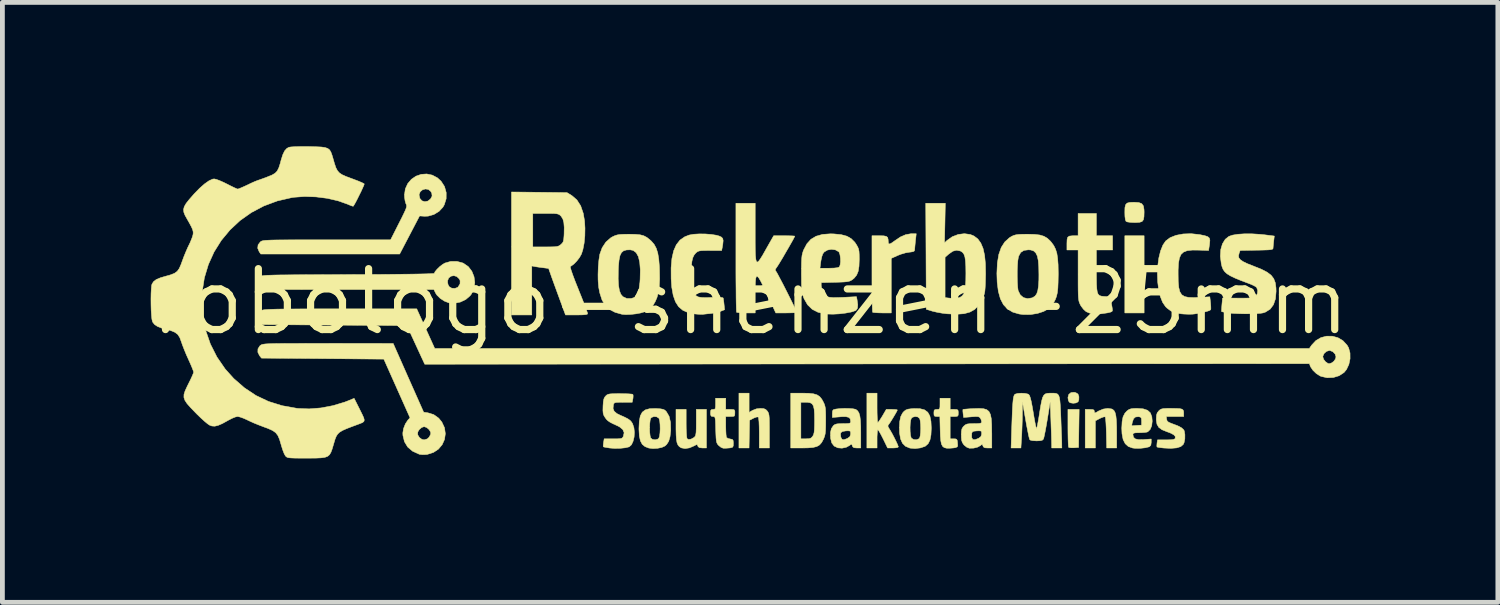
<source format=kicad_pcb>
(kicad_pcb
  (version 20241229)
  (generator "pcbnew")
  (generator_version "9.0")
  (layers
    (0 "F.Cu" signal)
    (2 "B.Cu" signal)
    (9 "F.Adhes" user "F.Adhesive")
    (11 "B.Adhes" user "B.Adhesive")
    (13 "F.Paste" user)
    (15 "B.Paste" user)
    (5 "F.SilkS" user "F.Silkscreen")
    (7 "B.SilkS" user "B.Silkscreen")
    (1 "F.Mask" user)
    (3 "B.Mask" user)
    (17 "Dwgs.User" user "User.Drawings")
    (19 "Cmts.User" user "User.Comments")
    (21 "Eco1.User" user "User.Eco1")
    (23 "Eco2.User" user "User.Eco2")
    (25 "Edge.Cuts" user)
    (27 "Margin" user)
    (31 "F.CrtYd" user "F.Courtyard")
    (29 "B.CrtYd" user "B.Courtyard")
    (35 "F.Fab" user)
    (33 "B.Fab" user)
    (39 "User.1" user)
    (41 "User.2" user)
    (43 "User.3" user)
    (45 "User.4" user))
  (footprint "robologo-shenzen-25mm"
    (layer "F.Cu")
    (at 12.586 3.24)
    (property "Reference" "robologo-shenzen-25mm" (at 0 0 0) (layer "F.SilkS") (effects (font (size 1.27 1.27) (thickness 0.15))))
    (attr through_hole)
    (fp_poly (pts (xy 8.213 0.233) (xy 7.811 0.233) (xy 7.811 -1.376) (xy 8.213 -1.376) (xy 8.213 0.233)) (stroke (width 0.01) (type solid)) (fill yes) (layer "F.SilkS"))
    (fp_poly (pts (xy 6.853 2.641) (xy 6.847 3.037) (xy 6.751 3.044) (xy 6.69 3.044) (xy 6.649 3.039) (xy 6.64 3.035) (xy 6.635 3.01) (xy 6.631 2.949) (xy 6.628 2.861) (xy 6.626 2.75) (xy 6.625 2.632) (xy 6.625 2.244) (xy 6.859 2.244) (xy 6.853 2.641)) (stroke (width 0.01) (type solid)) (fill yes) (layer "F.SilkS"))
    (fp_poly (pts (xy 6.79 1.896) (xy 6.834 1.923) (xy 6.852 1.971) (xy 6.854 1.986) (xy 6.852 2.044) (xy 6.836 2.086) (xy 6.836 2.086) (xy 6.794 2.109) (xy 6.735 2.116) (xy 6.677 2.107) (xy 6.651 2.091) (xy 6.633 2.054) (xy 6.625 1.998) (xy 6.625 1.996) (xy 6.642 1.932) (xy 6.688 1.894) (xy 6.754 1.887) (xy 6.79 1.896)) (stroke (width 0.01) (type solid)) (fill yes) (layer "F.SilkS"))
    (fp_poly (pts (xy 8.101 -2.068) (xy 8.163 -2.045) (xy 8.198 -1.998) (xy 8.211 -1.92) (xy 8.213 -1.871) (xy 8.21 -1.772) (xy 8.198 -1.709) (xy 8.169 -1.672) (xy 8.117 -1.656) (xy 8.036 -1.651) (xy 8.015 -1.651) (xy 7.928 -1.655) (xy 7.864 -1.664) (xy 7.836 -1.676) (xy 7.822 -1.712) (xy 7.813 -1.781) (xy 7.811 -1.866) (xy 7.813 -1.961) (xy 7.827 -2.022) (xy 7.858 -2.056) (xy 7.915 -2.071) (xy 8.004 -2.074) (xy 8.005 -2.074) (xy 8.101 -2.068)) (stroke (width 0.01) (type solid)) (fill yes) (layer "F.SilkS"))
    (fp_poly (pts (xy -0.021 2.307) (xy 0.048 2.265) (xy 0.133 2.232) (xy 0.215 2.223) (xy 0.283 2.227) (xy 0.327 2.246) (xy 0.358 2.278) (xy 0.374 2.302) (xy 0.386 2.33) (xy 0.394 2.369) (xy 0.399 2.426) (xy 0.401 2.508) (xy 0.402 2.622) (xy 0.402 2.691) (xy 0.402 3.048) (xy 0.191 3.048) (xy 0.191 2.732) (xy 0.189 2.602) (xy 0.185 2.501) (xy 0.178 2.433) (xy 0.17 2.403) (xy 0.169 2.402) (xy 0.138 2.402) (xy 0.087 2.42) (xy 0.068 2.429) (xy -0.011 2.47) (xy -0.022 3.048) (xy -0.233 3.048) (xy -0.233 1.905) (xy -0.021 1.905) (xy -0.021 2.307)) (stroke (width 0.01) (type solid)) (fill yes) (layer "F.SilkS"))
    (fp_poly (pts (xy 7.539 2.235) (xy 7.556 2.243) (xy 7.586 2.269) (xy 7.609 2.313) (xy 7.625 2.38) (xy 7.635 2.476) (xy 7.64 2.605) (xy 7.641 2.723) (xy 7.641 3.048) (xy 7.433 3.048) (xy 7.426 2.732) (xy 7.422 2.62) (xy 7.417 2.524) (xy 7.411 2.45) (xy 7.405 2.407) (xy 7.402 2.399) (xy 7.375 2.399) (xy 7.325 2.416) (xy 7.291 2.432) (xy 7.197 2.482) (xy 7.197 3.048) (xy 6.985 3.048) (xy 6.985 2.244) (xy 7.08 2.244) (xy 7.14 2.246) (xy 7.168 2.258) (xy 7.175 2.283) (xy 7.176 2.287) (xy 7.178 2.311) (xy 7.19 2.317) (xy 7.223 2.302) (xy 7.267 2.276) (xy 7.361 2.237) (xy 7.456 2.223) (xy 7.539 2.235)) (stroke (width 0.01) (type solid)) (fill yes) (layer "F.SilkS"))
    (fp_poly (pts (xy -1.333 2.535) (xy -1.332 2.643) (xy -1.328 2.738) (xy -1.323 2.81) (xy -1.316 2.85) (xy -1.315 2.854) (xy -1.282 2.871) (xy -1.23 2.863) (xy -1.173 2.832) (xy -1.159 2.82) (xy -1.143 2.801) (xy -1.133 2.77) (xy -1.126 2.721) (xy -1.123 2.646) (xy -1.122 2.537) (xy -1.122 2.516) (xy -1.122 2.244) (xy -0.91 2.244) (xy -0.91 3.048) (xy -0.993 3.048) (xy -1.053 3.042) (xy -1.083 3.022) (xy -1.09 3.007) (xy -1.1 2.981) (xy -1.118 2.978) (xy -1.155 2.997) (xy -1.17 3.005) (xy -1.265 3.046) (xy -1.356 3.06) (xy -1.433 3.046) (xy -1.439 3.043) (xy -1.476 3.019) (xy -1.503 2.987) (xy -1.523 2.941) (xy -1.535 2.875) (xy -1.542 2.782) (xy -1.545 2.656) (xy -1.545 2.577) (xy -1.545 2.244) (xy -1.333 2.244) (xy -1.333 2.535)) (stroke (width 0.01) (type solid)) (fill yes) (layer "F.SilkS"))
    (fp_poly (pts (xy 3.447 -1.275) (xy 3.439 -1.195) (xy 3.433 -1.127) (xy 3.43 -1.087) (xy 3.424 -1.06) (xy 3.399 -1.045) (xy 3.347 -1.036) (xy 3.318 -1.033) (xy 3.237 -1.019) (xy 3.143 -0.991) (xy 3.074 -0.964) (xy 2.942 -0.904) (xy 2.942 0.233) (xy 2.755 0.233) (xy 2.67 0.231) (xy 2.602 0.227) (xy 2.561 0.222) (xy 2.554 0.219) (xy 2.551 0.195) (xy 2.548 0.134) (xy 2.545 0.04) (xy 2.543 -0.082) (xy 2.542 -0.228) (xy 2.54 -0.392) (xy 2.54 -0.57) (xy 2.54 -0.586) (xy 2.54 -1.376) (xy 2.696 -1.376) (xy 2.785 -1.374) (xy 2.839 -1.363) (xy 2.867 -1.34) (xy 2.877 -1.298) (xy 2.879 -1.261) (xy 2.883 -1.219) (xy 2.9 -1.204) (xy 2.936 -1.216) (xy 2.996 -1.257) (xy 3.014 -1.27) (xy 3.134 -1.351) (xy 3.242 -1.398) (xy 3.346 -1.417) (xy 3.371 -1.418) (xy 3.463 -1.418) (xy 3.447 -1.275)) (stroke (width 0.01) (type solid)) (fill yes) (layer "F.SilkS"))
    (fp_poly (pts (xy 4.17 2.244) (xy 4.255 2.244) (xy 4.309 2.246) (xy 4.333 2.26) (xy 4.339 2.296) (xy 4.339 2.318) (xy 4.337 2.365) (xy 4.321 2.386) (xy 4.279 2.392) (xy 4.255 2.392) (xy 4.17 2.392) (xy 4.17 2.857) (xy 4.244 2.857) (xy 4.284 2.859) (xy 4.307 2.868) (xy 4.319 2.896) (xy 4.324 2.951) (xy 4.327 3) (xy 4.318 3.025) (xy 4.281 3.041) (xy 4.233 3.048) (xy 4.164 3.053) (xy 4.106 3.053) (xy 4.093 3.052) (xy 4.047 3.04) (xy 4.014 3.015) (xy 3.99 2.97) (xy 3.975 2.901) (xy 3.966 2.8) (xy 3.962 2.675) (xy 3.955 2.392) (xy 3.893 2.392) (xy 3.851 2.388) (xy 3.834 2.366) (xy 3.831 2.318) (xy 3.835 2.268) (xy 3.853 2.248) (xy 3.895 2.244) (xy 3.931 2.242) (xy 3.95 2.229) (xy 3.957 2.195) (xy 3.958 2.129) (xy 3.958 2.127) (xy 3.958 2.011) (xy 4.17 2.011) (xy 4.17 2.244)) (stroke (width 0.01) (type solid)) (fill yes) (layer "F.SilkS"))
    (fp_poly (pts (xy 1.085 1.905) (xy 1.22 1.908) (xy 1.321 1.919) (xy 1.395 1.941) (xy 1.45 1.977) (xy 1.494 2.031) (xy 1.524 2.085) (xy 1.546 2.131) (xy 1.56 2.175) (xy 1.57 2.226) (xy 1.574 2.293) (xy 1.576 2.386) (xy 1.576 2.477) (xy 1.575 2.598) (xy 1.572 2.687) (xy 1.565 2.752) (xy 1.553 2.803) (xy 1.535 2.85) (xy 1.53 2.862) (xy 1.492 2.933) (xy 1.448 2.984) (xy 1.391 3.017) (xy 1.312 3.037) (xy 1.205 3.046) (xy 1.095 3.048) (xy 0.847 3.048) (xy 0.847 2.095) (xy 1.058 2.095) (xy 1.058 2.857) (xy 1.164 2.857) (xy 1.231 2.854) (xy 1.271 2.84) (xy 1.301 2.809) (xy 1.307 2.8) (xy 1.323 2.768) (xy 1.334 2.725) (xy 1.34 2.663) (xy 1.343 2.573) (xy 1.344 2.477) (xy 1.342 2.34) (xy 1.335 2.24) (xy 1.319 2.171) (xy 1.292 2.128) (xy 1.252 2.105) (xy 1.196 2.096) (xy 1.164 2.095) (xy 1.058 2.095) (xy 0.847 2.095) (xy 0.847 1.905) (xy 1.085 1.905)) (stroke (width 0.01) (type solid)) (fill yes) (layer "F.SilkS"))
    (fp_poly (pts (xy 2.646 2.212) (xy 2.647 2.32) (xy 2.65 2.412) (xy 2.654 2.479) (xy 2.659 2.515) (xy 2.662 2.518) (xy 2.679 2.501) (xy 2.711 2.456) (xy 2.751 2.393) (xy 2.758 2.381) (xy 2.838 2.244) (xy 2.954 2.244) (xy 3.017 2.246) (xy 3.059 2.251) (xy 3.069 2.256) (xy 3.059 2.281) (xy 3.031 2.331) (xy 2.994 2.394) (xy 2.953 2.461) (xy 2.915 2.521) (xy 2.886 2.562) (xy 2.876 2.574) (xy 2.873 2.597) (xy 2.893 2.637) (xy 2.897 2.642) (xy 2.926 2.689) (xy 2.964 2.756) (xy 3.004 2.833) (xy 3.042 2.909) (xy 3.072 2.974) (xy 3.088 3.017) (xy 3.09 3.026) (xy 3.071 3.039) (xy 3.022 3.046) (xy 2.978 3.048) (xy 2.866 3.048) (xy 2.773 2.857) (xy 2.732 2.777) (xy 2.697 2.714) (xy 2.671 2.675) (xy 2.663 2.667) (xy 2.655 2.687) (xy 2.65 2.739) (xy 2.646 2.815) (xy 2.646 2.857) (xy 2.646 3.048) (xy 2.434 3.048) (xy 2.434 1.905) (xy 2.646 1.905) (xy 2.646 2.212)) (stroke (width 0.01) (type solid)) (fill yes) (layer "F.SilkS"))
    (fp_poly (pts (xy 7.218 -1.376) (xy 7.556 -1.376) (xy 7.556 -1.079) (xy 7.218 -1.079) (xy 7.218 -0.651) (xy 7.219 -0.487) (xy 7.221 -0.361) (xy 7.227 -0.268) (xy 7.237 -0.201) (xy 7.254 -0.158) (xy 7.28 -0.132) (xy 7.315 -0.118) (xy 7.361 -0.112) (xy 7.391 -0.11) (xy 7.511 -0.104) (xy 7.524 -0.015) (xy 7.536 0.06) (xy 7.548 0.131) (xy 7.549 0.141) (xy 7.554 0.18) (xy 7.543 0.203) (xy 7.51 0.217) (xy 7.452 0.231) (xy 7.31 0.252) (xy 7.182 0.254) (xy 7.074 0.236) (xy 7.004 0.206) (xy 6.95 0.157) (xy 6.899 0.09) (xy 6.884 0.064) (xy 6.87 0.033) (xy 6.858 0.002) (xy 6.85 -0.036) (xy 6.844 -0.085) (xy 6.84 -0.152) (xy 6.838 -0.242) (xy 6.837 -0.362) (xy 6.837 -0.517) (xy 6.837 -0.555) (xy 6.837 -1.079) (xy 6.604 -1.079) (xy 6.604 -1.215) (xy 6.607 -1.296) (xy 6.62 -1.344) (xy 6.653 -1.368) (xy 6.713 -1.375) (xy 6.754 -1.376) (xy 6.837 -1.376) (xy 6.837 -1.841) (xy 7.218 -1.841) (xy 7.218 -1.376)) (stroke (width 0.01) (type solid)) (fill yes) (layer "F.SilkS"))
    (fp_poly (pts (xy 3.541 2.229) (xy 3.635 2.253) (xy 3.703 2.303) (xy 3.747 2.382) (xy 3.77 2.494) (xy 3.777 2.635) (xy 3.77 2.776) (xy 3.749 2.882) (xy 3.712 2.957) (xy 3.657 3.007) (xy 3.643 3.015) (xy 3.548 3.047) (xy 3.438 3.06) (xy 3.335 3.051) (xy 3.327 3.049) (xy 3.24 3.013) (xy 3.177 2.951) (xy 3.136 2.859) (xy 3.115 2.735) (xy 3.112 2.635) (xy 3.112 2.621) (xy 3.334 2.621) (xy 3.336 2.708) (xy 3.344 2.784) (xy 3.357 2.835) (xy 3.363 2.844) (xy 3.409 2.872) (xy 3.466 2.877) (xy 3.516 2.858) (xy 3.534 2.838) (xy 3.545 2.797) (xy 3.553 2.728) (xy 3.556 2.645) (xy 3.556 2.635) (xy 3.553 2.551) (xy 3.546 2.48) (xy 3.535 2.436) (xy 3.534 2.433) (xy 3.496 2.401) (xy 3.441 2.392) (xy 3.387 2.407) (xy 3.364 2.425) (xy 3.348 2.466) (xy 3.338 2.536) (xy 3.334 2.621) (xy 3.112 2.621) (xy 3.118 2.499) (xy 3.139 2.396) (xy 3.177 2.321) (xy 3.208 2.285) (xy 3.246 2.256) (xy 3.292 2.239) (xy 3.36 2.23) (xy 3.417 2.226) (xy 3.541 2.229)) (stroke (width 0.01) (type solid)) (fill yes) (layer "F.SilkS"))
    (fp_poly (pts (xy 8.881 2.224) (xy 8.957 2.228) (xy 9.003 2.239) (xy 9.027 2.259) (xy 9.037 2.289) (xy 9.038 2.32) (xy 9.038 2.392) (xy 8.676 2.392) (xy 8.682 2.448) (xy 8.693 2.485) (xy 8.723 2.511) (xy 8.782 2.536) (xy 8.796 2.541) (xy 8.913 2.585) (xy 8.992 2.627) (xy 9.038 2.669) (xy 9.05 2.693) (xy 9.063 2.77) (xy 9.062 2.858) (xy 9.046 2.937) (xy 9.029 2.974) (xy 8.977 3.019) (xy 8.891 3.046) (xy 8.77 3.056) (xy 8.622 3.049) (xy 8.552 3.041) (xy 8.501 3.033) (xy 8.481 3.027) (xy 8.478 3.001) (xy 8.482 2.952) (xy 8.482 2.947) (xy 8.493 2.879) (xy 8.671 2.879) (xy 8.763 2.877) (xy 8.821 2.871) (xy 8.851 2.859) (xy 8.861 2.847) (xy 8.862 2.808) (xy 8.83 2.772) (xy 8.761 2.736) (xy 8.688 2.709) (xy 8.585 2.667) (xy 8.518 2.618) (xy 8.481 2.554) (xy 8.467 2.468) (xy 8.467 2.441) (xy 8.471 2.366) (xy 8.486 2.316) (xy 8.519 2.274) (xy 8.546 2.25) (xy 8.577 2.235) (xy 8.622 2.226) (xy 8.689 2.223) (xy 8.771 2.223) (xy 8.881 2.224)) (stroke (width 0.01) (type solid)) (fill yes) (layer "F.SilkS"))
    (fp_poly (pts (xy -1.953 2.226) (xy -1.869 2.232) (xy -1.815 2.242) (xy -1.778 2.259) (xy -1.748 2.288) (xy -1.745 2.292) (xy -1.689 2.387) (xy -1.659 2.514) (xy -1.655 2.673) (xy -1.655 2.688) (xy -1.67 2.815) (xy -1.697 2.908) (xy -1.741 2.976) (xy -1.778 3.008) (xy -1.842 3.037) (xy -1.93 3.055) (xy -2.026 3.06) (xy -2.11 3.05) (xy -2.111 3.05) (xy -2.191 3.019) (xy -2.249 2.971) (xy -2.287 2.899) (xy -2.309 2.798) (xy -2.317 2.662) (xy -2.317 2.635) (xy -2.095 2.635) (xy -2.093 2.719) (xy -2.085 2.79) (xy -2.075 2.835) (xy -2.074 2.838) (xy -2.036 2.869) (xy -1.98 2.878) (xy -1.926 2.864) (xy -1.903 2.845) (xy -1.888 2.804) (xy -1.879 2.735) (xy -1.875 2.65) (xy -1.877 2.563) (xy -1.884 2.487) (xy -1.898 2.435) (xy -1.903 2.426) (xy -1.949 2.398) (xy -2.006 2.393) (xy -2.056 2.412) (xy -2.074 2.433) (xy -2.084 2.473) (xy -2.092 2.542) (xy -2.095 2.625) (xy -2.095 2.635) (xy -2.317 2.635) (xy -2.31 2.489) (xy -2.289 2.379) (xy -2.248 2.302) (xy -2.184 2.254) (xy -2.094 2.229) (xy -1.974 2.225) (xy -1.953 2.226)) (stroke (width 0.01) (type solid)) (fill yes) (layer "F.SilkS"))
    (fp_poly (pts (xy -0.508 2.244) (xy -0.413 2.244) (xy -0.354 2.245) (xy -0.327 2.256) (xy -0.318 2.285) (xy -0.318 2.318) (xy -0.32 2.363) (xy -0.333 2.385) (xy -0.37 2.391) (xy -0.413 2.392) (xy -0.508 2.392) (xy -0.508 2.598) (xy -0.506 2.689) (xy -0.502 2.765) (xy -0.496 2.816) (xy -0.492 2.829) (xy -0.461 2.849) (xy -0.413 2.861) (xy -0.372 2.869) (xy -0.354 2.891) (xy -0.349 2.94) (xy -0.349 2.953) (xy -0.352 3.007) (xy -0.367 3.033) (xy -0.408 3.045) (xy -0.434 3.048) (xy -0.501 3.053) (xy -0.556 3.053) (xy -0.564 3.052) (xy -0.609 3.033) (xy -0.657 2.994) (xy -0.659 2.992) (xy -0.68 2.967) (xy -0.694 2.939) (xy -0.704 2.898) (xy -0.71 2.838) (xy -0.714 2.749) (xy -0.717 2.665) (xy -0.72 2.554) (xy -0.723 2.477) (xy -0.729 2.43) (xy -0.737 2.404) (xy -0.751 2.394) (xy -0.77 2.392) (xy -0.775 2.392) (xy -0.809 2.386) (xy -0.823 2.36) (xy -0.826 2.318) (xy -0.822 2.268) (xy -0.804 2.247) (xy -0.773 2.244) (xy -0.742 2.241) (xy -0.726 2.225) (xy -0.721 2.185) (xy -0.72 2.127) (xy -0.72 2.011) (xy -0.508 2.011) (xy -0.508 2.244)) (stroke (width 0.01) (type solid)) (fill yes) (layer "F.SilkS"))
    (fp_poly (pts (xy 8.193 2.232) (xy 8.284 2.262) (xy 8.343 2.316) (xy 8.374 2.397) (xy 8.382 2.489) (xy 8.371 2.586) (xy 8.339 2.662) (xy 8.291 2.709) (xy 8.272 2.717) (xy 8.224 2.724) (xy 8.152 2.729) (xy 8.102 2.73) (xy 8.032 2.732) (xy 7.995 2.74) (xy 7.981 2.756) (xy 7.98 2.771) (xy 7.992 2.825) (xy 8.03 2.859) (xy 8.099 2.874) (xy 8.204 2.873) (xy 8.206 2.872) (xy 8.361 2.861) (xy 8.361 2.934) (xy 8.353 2.99) (xy 8.326 3.019) (xy 8.313 3.025) (xy 8.234 3.044) (xy 8.135 3.055) (xy 8.036 3.056) (xy 7.974 3.049) (xy 7.884 3.017) (xy 7.819 2.959) (xy 7.775 2.871) (xy 7.752 2.751) (xy 7.747 2.635) (xy 7.75 2.585) (xy 7.953 2.585) (xy 8.056 2.578) (xy 8.16 2.572) (xy 8.16 2.487) (xy 8.157 2.432) (xy 8.142 2.407) (xy 8.106 2.397) (xy 8.094 2.396) (xy 8.033 2.402) (xy 7.993 2.438) (xy 7.968 2.509) (xy 7.966 2.517) (xy 7.953 2.585) (xy 7.75 2.585) (xy 7.754 2.5) (xy 7.774 2.399) (xy 7.812 2.324) (xy 7.855 2.277) (xy 7.896 2.247) (xy 7.94 2.231) (xy 8.001 2.224) (xy 8.068 2.223) (xy 8.193 2.232)) (stroke (width 0.01) (type solid)) (fill yes) (layer "F.SilkS"))
    (fp_poly (pts (xy 9.369 -1.4) (xy 9.378 -1.398) (xy 9.476 -1.378) (xy 9.539 -1.357) (xy 9.573 -1.327) (xy 9.584 -1.282) (xy 9.578 -1.214) (xy 9.576 -1.194) (xy 9.557 -1.069) (xy 9.354 -1.076) (xy 9.218 -1.077) (xy 9.114 -1.066) (xy 9.037 -1.037) (xy 8.983 -0.988) (xy 8.949 -0.912) (xy 8.93 -0.806) (xy 8.922 -0.665) (xy 8.922 -0.582) (xy 8.924 -0.422) (xy 8.935 -0.299) (xy 8.958 -0.209) (xy 8.996 -0.147) (xy 9.055 -0.109) (xy 9.138 -0.091) (xy 9.249 -0.087) (xy 9.354 -0.091) (xy 9.583 -0.103) (xy 9.598 0.023) (xy 9.603 0.093) (xy 9.604 0.146) (xy 9.6 0.167) (xy 9.573 0.184) (xy 9.514 0.203) (xy 9.436 0.223) (xy 9.35 0.241) (xy 9.266 0.254) (xy 9.218 0.259) (xy 9.135 0.26) (xy 9.038 0.256) (xy 8.982 0.251) (xy 8.863 0.229) (xy 8.771 0.192) (xy 8.69 0.131) (xy 8.661 0.103) (xy 8.599 0.013) (xy 8.551 -0.108) (xy 8.516 -0.253) (xy 8.496 -0.414) (xy 8.49 -0.584) (xy 8.498 -0.753) (xy 8.52 -0.914) (xy 8.556 -1.06) (xy 8.605 -1.182) (xy 8.663 -1.267) (xy 8.755 -1.336) (xy 8.878 -1.385) (xy 9.026 -1.413) (xy 9.192 -1.419) (xy 9.369 -1.4)) (stroke (width 0.01) (type solid)) (fill yes) (layer "F.SilkS"))
    (fp_poly (pts (xy 4.061 -1.641) (xy 4.052 -1.229) (xy 4.106 -1.279) (xy 4.215 -1.356) (xy 4.338 -1.403) (xy 4.467 -1.419) (xy 4.59 -1.402) (xy 4.667 -1.37) (xy 4.747 -1.309) (xy 4.809 -1.223) (xy 4.856 -1.111) (xy 4.888 -0.967) (xy 4.905 -0.791) (xy 4.909 -0.578) (xy 4.907 -0.504) (xy 4.904 -0.379) (xy 4.899 -0.287) (xy 4.893 -0.218) (xy 4.883 -0.166) (xy 4.868 -0.119) (xy 4.846 -0.07) (xy 4.828 -0.033) (xy 4.762 0.076) (xy 4.682 0.159) (xy 4.583 0.215) (xy 4.46 0.249) (xy 4.309 0.26) (xy 4.125 0.252) (xy 4.106 0.251) (xy 4.002 0.238) (xy 3.896 0.219) (xy 3.807 0.198) (xy 3.799 0.196) (xy 3.672 0.157) (xy 3.667 -0.927) (xy 4.064 -0.927) (xy 4.064 -0.087) (xy 4.122 -0.079) (xy 4.24 -0.068) (xy 4.329 -0.076) (xy 4.381 -0.095) (xy 4.422 -0.124) (xy 4.453 -0.168) (xy 4.475 -0.23) (xy 4.488 -0.318) (xy 4.496 -0.437) (xy 4.498 -0.593) (xy 4.496 -0.741) (xy 4.489 -0.854) (xy 4.477 -0.935) (xy 4.456 -0.993) (xy 4.427 -1.031) (xy 4.387 -1.056) (xy 4.38 -1.059) (xy 4.303 -1.074) (xy 4.226 -1.054) (xy 4.141 -0.995) (xy 4.138 -0.992) (xy 4.064 -0.927) (xy 3.667 -0.927) (xy 3.667 -0.948) (xy 3.661 -2.053) (xy 4.069 -2.053) (xy 4.061 -1.641)) (stroke (width 0.01) (type solid)) (fill yes) (layer "F.SilkS"))
    (fp_poly (pts (xy -0.934 -1.413) (xy -0.809 -1.403) (xy -0.701 -1.386) (xy -0.646 -1.37) (xy -0.598 -1.348) (xy -0.571 -1.319) (xy -0.562 -1.273) (xy -0.569 -1.201) (xy -0.58 -1.135) (xy -0.593 -1.069) (xy -0.834 -1.069) (xy -0.94 -1.068) (xy -1.012 -1.066) (xy -1.06 -1.059) (xy -1.093 -1.047) (xy -1.119 -1.028) (xy -1.131 -1.018) (xy -1.168 -0.973) (xy -1.195 -0.917) (xy -1.213 -0.843) (xy -1.223 -0.742) (xy -1.227 -0.609) (xy -1.227 -0.561) (xy -1.225 -0.441) (xy -1.22 -0.354) (xy -1.21 -0.289) (xy -1.195 -0.237) (xy -1.187 -0.219) (xy -1.157 -0.163) (xy -1.124 -0.124) (xy -1.079 -0.1) (xy -1.013 -0.089) (xy -0.921 -0.086) (xy -0.809 -0.09) (xy -0.692 -0.093) (xy -0.613 -0.091) (xy -0.57 -0.084) (xy -0.561 -0.077) (xy -0.555 -0.043) (xy -0.547 0.016) (xy -0.543 0.056) (xy -0.532 0.166) (xy -0.615 0.199) (xy -0.686 0.221) (xy -0.773 0.238) (xy -0.82 0.245) (xy -0.895 0.252) (xy -0.958 0.259) (xy -0.984 0.262) (xy -1.028 0.263) (xy -1.096 0.259) (xy -1.154 0.254) (xy -1.291 0.227) (xy -1.402 0.178) (xy -1.49 0.104) (xy -1.556 0.001) (xy -1.603 -0.133) (xy -1.633 -0.301) (xy -1.646 -0.478) (xy -1.647 -0.708) (xy -1.63 -0.901) (xy -1.594 -1.061) (xy -1.538 -1.188) (xy -1.462 -1.285) (xy -1.363 -1.354) (xy -1.272 -1.39) (xy -1.18 -1.407) (xy -1.063 -1.414) (xy -0.934 -1.413)) (stroke (width 0.01) (type solid)) (fill yes) (layer "F.SilkS"))
    (fp_poly (pts (xy 2.065 2.225) (xy 2.145 2.231) (xy 2.198 2.242) (xy 2.205 2.245) (xy 2.241 2.274) (xy 2.269 2.318) (xy 2.288 2.384) (xy 2.3 2.476) (xy 2.306 2.6) (xy 2.307 2.73) (xy 2.307 3.048) (xy 2.225 3.048) (xy 2.168 3.043) (xy 2.14 3.025) (xy 2.131 3.002) (xy 2.119 2.97) (xy 2.102 2.972) (xy 2.077 2.993) (xy 2.005 3.033) (xy 1.916 3.052) (xy 1.829 3.045) (xy 1.752 3.008) (xy 1.702 2.943) (xy 1.678 2.847) (xy 1.677 2.838) (xy 1.676 2.784) (xy 1.884 2.784) (xy 1.893 2.827) (xy 1.915 2.867) (xy 1.955 2.876) (xy 2.019 2.853) (xy 2.033 2.846) (xy 2.08 2.811) (xy 2.095 2.763) (xy 2.095 2.75) (xy 2.093 2.711) (xy 2.079 2.694) (xy 2.043 2.69) (xy 1.995 2.692) (xy 1.924 2.704) (xy 1.889 2.732) (xy 1.884 2.784) (xy 1.676 2.784) (xy 1.675 2.726) (xy 1.694 2.644) (xy 1.736 2.582) (xy 1.767 2.559) (xy 1.81 2.546) (xy 1.876 2.541) (xy 1.937 2.54) (xy 2.018 2.539) (xy 2.065 2.535) (xy 2.088 2.525) (xy 2.095 2.506) (xy 2.095 2.49) (xy 2.087 2.44) (xy 2.057 2.41) (xy 2 2.396) (xy 1.911 2.396) (xy 1.873 2.399) (xy 1.714 2.412) (xy 1.714 2.331) (xy 1.718 2.277) (xy 1.735 2.251) (xy 1.779 2.239) (xy 1.794 2.236) (xy 1.877 2.227) (xy 1.972 2.223) (xy 2.065 2.225)) (stroke (width 0.01) (type solid)) (fill yes) (layer "F.SilkS"))
    (fp_poly (pts (xy -6.761 0.561) (xy -6.574 0.974) (xy 11.657 0.974) (xy 11.706 0.903) (xy 11.794 0.809) (xy 11.9 0.747) (xy 12.017 0.717) (xy 12.138 0.718) (xy 12.254 0.75) (xy 12.358 0.812) (xy 12.443 0.904) (xy 12.476 0.961) (xy 12.505 1.068) (xy 12.506 1.188) (xy 12.481 1.307) (xy 12.431 1.413) (xy 12.38 1.475) (xy 12.278 1.542) (xy 12.157 1.579) (xy 12.028 1.584) (xy 11.905 1.556) (xy 11.884 1.548) (xy 11.804 1.498) (xy 11.733 1.43) (xy 11.683 1.357) (xy 11.673 1.333) (xy 11.66 1.29) (xy -6.782 1.302) (xy -6.854 1.147) (xy 11.938 1.147) (xy 11.955 1.201) (xy 11.995 1.252) (xy 12.046 1.286) (xy 12.073 1.291) (xy 12.118 1.277) (xy 12.164 1.245) (xy 12.199 1.197) (xy 12.213 1.15) (xy 12.194 1.09) (xy 12.148 1.041) (xy 12.087 1.017) (xy 12.076 1.016) (xy 12.015 1.034) (xy 11.965 1.078) (xy 11.939 1.135) (xy 11.938 1.147) (xy -6.854 1.147) (xy -7.154 0.497) (xy -8.669 0.487) (xy -10.185 0.476) (xy -10.225 0.426) (xy -10.263 0.352) (xy -10.263 0.278) (xy -10.226 0.214) (xy -10.18 0.179) (xy -10.163 0.173) (xy -10.137 0.168) (xy -10.097 0.164) (xy -10.042 0.16) (xy -9.968 0.157) (xy -9.873 0.154) (xy -9.753 0.152) (xy -9.607 0.151) (xy -9.431 0.15) (xy -9.222 0.149) (xy -8.979 0.148) (xy -8.697 0.148) (xy -8.535 0.148) (xy -6.949 0.148) (xy -6.761 0.561)) (stroke (width 0.01) (type solid)) (fill yes) (layer "F.SilkS"))
    (fp_poly (pts (xy -8.993 0.868) (xy -8.797 0.868) (xy -7.44 0.869) (xy -7.123 1.586) (xy -6.805 2.302) (xy -6.716 2.315) (xy -6.596 2.352) (xy -6.492 2.426) (xy -6.426 2.507) (xy -6.37 2.627) (xy -6.353 2.75) (xy -6.37 2.87) (xy -6.419 2.979) (xy -6.497 3.072) (xy -6.601 3.141) (xy -6.726 3.181) (xy -6.757 3.185) (xy -6.828 3.187) (xy -6.89 3.18) (xy -6.9 3.177) (xy -7.036 3.115) (xy -7.138 3.028) (xy -7.205 2.917) (xy -7.237 2.785) (xy -7.239 2.735) (xy -7.237 2.722) (xy -6.931 2.722) (xy -6.927 2.777) (xy -6.894 2.83) (xy -6.842 2.868) (xy -6.795 2.879) (xy -6.728 2.858) (xy -6.69 2.822) (xy -6.658 2.761) (xy -6.658 2.722) (xy -6.689 2.667) (xy -6.739 2.623) (xy -6.792 2.604) (xy -6.795 2.603) (xy -6.847 2.621) (xy -6.897 2.664) (xy -6.93 2.719) (xy -6.931 2.722) (xy -7.237 2.722) (xy -7.224 2.643) (xy -7.186 2.546) (xy -7.134 2.467) (xy -7.131 2.464) (xy -7.089 2.419) (xy -7.362 1.808) (xy -7.635 1.196) (xy -8.91 1.185) (xy -10.185 1.175) (xy -10.225 1.125) (xy -10.261 1.053) (xy -10.259 0.982) (xy -10.22 0.92) (xy -10.21 0.912) (xy -10.198 0.903) (xy -10.184 0.895) (xy -10.165 0.889) (xy -10.138 0.884) (xy -10.099 0.879) (xy -10.045 0.876) (xy -9.974 0.873) (xy -9.882 0.871) (xy -9.765 0.87) (xy -9.621 0.869) (xy -9.447 0.869) (xy -9.239 0.868) (xy -8.993 0.868)) (stroke (width 0.01) (type solid)) (fill yes) (layer "F.SilkS"))
    (fp_poly (pts (xy -6.626 -2.64) (xy -6.518 -2.583) (xy -6.442 -2.513) (xy -6.37 -2.402) (xy -6.335 -2.276) (xy -6.336 -2.147) (xy -6.375 -2.022) (xy -6.404 -1.971) (xy -6.485 -1.884) (xy -6.592 -1.819) (xy -6.711 -1.785) (xy -6.787 -1.782) (xy -6.89 -1.789) (xy -7.305 -0.995) (xy -10.2 -0.995) (xy -10.233 -1.042) (xy -10.264 -1.116) (xy -10.256 -1.187) (xy -10.21 -1.247) (xy -10.21 -1.247) (xy -10.198 -1.256) (xy -10.184 -1.264) (xy -10.165 -1.27) (xy -10.137 -1.276) (xy -10.098 -1.28) (xy -10.043 -1.283) (xy -9.971 -1.286) (xy -9.878 -1.288) (xy -9.76 -1.289) (xy -9.614 -1.29) (xy -9.438 -1.291) (xy -9.227 -1.291) (xy -8.979 -1.291) (xy -8.824 -1.291) (xy -7.494 -1.291) (xy -7.319 -1.637) (xy -7.257 -1.759) (xy -7.213 -1.85) (xy -7.183 -1.915) (xy -7.166 -1.961) (xy -7.16 -1.993) (xy -7.163 -2.017) (xy -7.172 -2.04) (xy -7.175 -2.044) (xy -7.192 -2.102) (xy -7.203 -2.179) (xy -7.205 -2.223) (xy -7.205 -2.225) (xy -6.9 -2.225) (xy -6.883 -2.152) (xy -6.84 -2.104) (xy -6.781 -2.086) (xy -6.716 -2.099) (xy -6.662 -2.142) (xy -6.629 -2.202) (xy -6.636 -2.264) (xy -6.658 -2.302) (xy -6.707 -2.342) (xy -6.769 -2.351) (xy -6.83 -2.333) (xy -6.877 -2.293) (xy -6.9 -2.234) (xy -6.9 -2.225) (xy -7.205 -2.225) (xy -7.187 -2.353) (xy -7.136 -2.464) (xy -7.06 -2.553) (xy -6.965 -2.618) (xy -6.856 -2.656) (xy -6.741 -2.664) (xy -6.626 -2.64)) (stroke (width 0.01) (type solid)) (fill yes) (layer "F.SilkS"))
    (fp_poly (pts (xy -2.611 1.917) (xy -2.528 1.92) (xy -2.469 1.925) (xy -2.444 1.93) (xy -2.438 1.959) (xy -2.441 2.011) (xy -2.443 2.02) (xy -2.457 2.095) (xy -2.646 2.095) (xy -2.736 2.096) (xy -2.793 2.099) (xy -2.825 2.107) (xy -2.84 2.123) (xy -2.849 2.147) (xy -2.849 2.148) (xy -2.857 2.224) (xy -2.834 2.282) (xy -2.777 2.331) (xy -2.714 2.362) (xy -2.615 2.406) (xy -2.547 2.441) (xy -2.502 2.473) (xy -2.471 2.508) (xy -2.45 2.543) (xy -2.422 2.626) (xy -2.412 2.722) (xy -2.418 2.82) (xy -2.44 2.91) (xy -2.474 2.982) (xy -2.52 3.023) (xy -2.524 3.025) (xy -2.603 3.044) (xy -2.708 3.055) (xy -2.822 3.057) (xy -2.927 3.049) (xy -2.994 3.038) (xy -3.043 3.029) (xy -3.059 3.023) (xy -3.062 2.998) (xy -3.057 2.949) (xy -3.055 2.936) (xy -3.042 2.857) (xy -2.854 2.857) (xy -2.764 2.857) (xy -2.707 2.853) (xy -2.674 2.845) (xy -2.655 2.828) (xy -2.642 2.804) (xy -2.626 2.73) (xy -2.653 2.665) (xy -2.72 2.609) (xy -2.762 2.587) (xy -2.856 2.544) (xy -2.92 2.511) (xy -2.962 2.482) (xy -2.994 2.452) (xy -3.022 2.414) (xy -3.023 2.412) (xy -3.049 2.369) (xy -3.063 2.325) (xy -3.068 2.267) (xy -3.066 2.18) (xy -3.066 2.175) (xy -3.06 2.086) (xy -3.049 2.028) (xy -3.031 1.989) (xy -3.01 1.964) (xy -2.987 1.943) (xy -2.959 1.929) (xy -2.919 1.921) (xy -2.858 1.917) (xy -2.767 1.916) (xy -2.711 1.916) (xy -2.611 1.917)) (stroke (width 0.01) (type solid)) (fill yes) (layer "F.SilkS"))
    (fp_poly (pts (xy 0.106 -1.439) (xy 0.106 -1.242) (xy 0.107 -1.086) (xy 0.111 -0.968) (xy 0.119 -0.886) (xy 0.131 -0.84) (xy 0.15 -0.826) (xy 0.176 -0.843) (xy 0.211 -0.89) (xy 0.257 -0.963) (xy 0.313 -1.062) (xy 0.335 -1.101) (xy 0.491 -1.376) (xy 0.711 -1.376) (xy 0.802 -1.375) (xy 0.874 -1.373) (xy 0.92 -1.37) (xy 0.931 -1.368) (xy 0.921 -1.345) (xy 0.894 -1.293) (xy 0.853 -1.22) (xy 0.803 -1.132) (xy 0.748 -1.038) (xy 0.694 -0.944) (xy 0.643 -0.859) (xy 0.6 -0.788) (xy 0.57 -0.741) (xy 0.561 -0.728) (xy 0.53 -0.683) (xy 0.525 -0.655) (xy 0.541 -0.632) (xy 0.557 -0.607) (xy 0.587 -0.552) (xy 0.629 -0.472) (xy 0.68 -0.376) (xy 0.735 -0.268) (xy 0.791 -0.157) (xy 0.845 -0.049) (xy 0.894 0.05) (xy 0.934 0.133) (xy 0.961 0.192) (xy 0.973 0.222) (xy 0.974 0.224) (xy 0.954 0.227) (xy 0.901 0.23) (xy 0.823 0.232) (xy 0.755 0.233) (xy 0.535 0.233) (xy 0.358 -0.148) (xy 0.285 -0.301) (xy 0.228 -0.416) (xy 0.185 -0.491) (xy 0.153 -0.528) (xy 0.131 -0.527) (xy 0.117 -0.486) (xy 0.11 -0.407) (xy 0.106 -0.289) (xy 0.106 -0.148) (xy 0.106 0.233) (xy -0.081 0.233) (xy -0.166 0.231) (xy -0.235 0.227) (xy -0.276 0.222) (xy -0.282 0.219) (xy -0.285 0.195) (xy -0.287 0.134) (xy -0.29 0.038) (xy -0.292 -0.089) (xy -0.293 -0.242) (xy -0.295 -0.418) (xy -0.296 -0.612) (xy -0.296 -0.821) (xy -0.296 -0.924) (xy -0.296 -2.053) (xy 0.106 -2.053) (xy 0.106 -1.439)) (stroke (width 0.01) (type solid)) (fill yes) (layer "F.SilkS"))
    (fp_poly (pts (xy 4.868 2.23) (xy 4.933 2.25) (xy 4.979 2.288) (xy 5.009 2.348) (xy 5.027 2.436) (xy 5.035 2.557) (xy 5.037 2.714) (xy 5.038 2.746) (xy 5.038 3.048) (xy 4.951 3.048) (xy 4.892 3.044) (xy 4.863 3.026) (xy 4.853 3.005) (xy 4.842 2.975) (xy 4.822 2.98) (xy 4.804 2.996) (xy 4.743 3.03) (xy 4.66 3.051) (xy 4.574 3.053) (xy 4.567 3.052) (xy 4.516 3.032) (xy 4.463 2.989) (xy 4.456 2.982) (xy 4.426 2.938) (xy 4.409 2.89) (xy 4.403 2.823) (xy 4.403 2.781) (xy 4.403 2.759) (xy 4.618 2.759) (xy 4.619 2.832) (xy 4.642 2.871) (xy 4.69 2.875) (xy 4.764 2.846) (xy 4.81 2.811) (xy 4.826 2.763) (xy 4.826 2.75) (xy 4.824 2.711) (xy 4.81 2.694) (xy 4.773 2.69) (xy 4.725 2.692) (xy 4.664 2.698) (xy 4.633 2.712) (xy 4.621 2.739) (xy 4.618 2.759) (xy 4.403 2.759) (xy 4.405 2.701) (xy 4.415 2.65) (xy 4.436 2.613) (xy 4.455 2.592) (xy 4.487 2.565) (xy 4.523 2.549) (xy 4.576 2.542) (xy 4.659 2.54) (xy 4.666 2.54) (xy 4.748 2.539) (xy 4.796 2.534) (xy 4.82 2.523) (xy 4.826 2.505) (xy 4.826 2.502) (xy 4.814 2.454) (xy 4.797 2.424) (xy 4.778 2.404) (xy 4.748 2.394) (xy 4.699 2.393) (xy 4.619 2.398) (xy 4.609 2.399) (xy 4.45 2.412) (xy 4.44 2.333) (xy 4.435 2.28) (xy 4.436 2.248) (xy 4.437 2.245) (xy 4.46 2.241) (xy 4.516 2.236) (xy 4.597 2.23) (xy 4.667 2.227) (xy 4.78 2.224) (xy 4.868 2.23)) (stroke (width 0.01) (type solid)) (fill yes) (layer "F.SilkS"))
    (fp_poly (pts (xy -2.391 -1.405) (xy -2.294 -1.396) (xy -2.218 -1.376) (xy -2.153 -1.342) (xy -2.089 -1.291) (xy -2.058 -1.263) (xy -2.001 -1.197) (xy -1.957 -1.116) (xy -1.925 -1.015) (xy -1.904 -0.888) (xy -1.891 -0.727) (xy -1.889 -0.661) (xy -1.886 -0.474) (xy -1.894 -0.321) (xy -1.912 -0.194) (xy -1.942 -0.086) (xy -1.979 -0.001) (xy -2.029 0.084) (xy -2.084 0.143) (xy -2.161 0.19) (xy -2.202 0.21) (xy -2.278 0.233) (xy -2.379 0.252) (xy -2.489 0.264) (xy -2.591 0.268) (xy -2.667 0.262) (xy -2.814 0.221) (xy -2.931 0.16) (xy -3.02 0.075) (xy -3.087 -0.038) (xy -3.134 -0.185) (xy -3.156 -0.299) (xy -3.167 -0.421) (xy -3.169 -0.473) (xy -2.75 -0.473) (xy -2.742 -0.336) (xy -2.724 -0.232) (xy -2.695 -0.157) (xy -2.654 -0.108) (xy -2.652 -0.106) (xy -2.572 -0.069) (xy -2.478 -0.069) (xy -2.424 -0.085) (xy -2.376 -0.118) (xy -2.34 -0.181) (xy -2.314 -0.276) (xy -2.297 -0.407) (xy -2.293 -0.473) (xy -2.289 -0.667) (xy -2.301 -0.823) (xy -2.329 -0.941) (xy -2.375 -1.023) (xy -2.437 -1.07) (xy -2.499 -1.083) (xy -2.578 -1.08) (xy -2.638 -1.062) (xy -2.682 -1.024) (xy -2.713 -0.961) (xy -2.732 -0.868) (xy -2.744 -0.74) (xy -2.748 -0.647) (xy -2.75 -0.473) (xy -3.169 -0.473) (xy -3.17 -0.567) (xy -3.165 -0.722) (xy -3.152 -0.869) (xy -3.133 -0.99) (xy -3.084 -1.126) (xy -3.007 -1.243) (xy -2.906 -1.332) (xy -2.869 -1.354) (xy -2.818 -1.378) (xy -2.77 -1.393) (xy -2.714 -1.402) (xy -2.639 -1.406) (xy -2.534 -1.408) (xy -2.519 -1.408) (xy -2.391 -1.405)) (stroke (width 0.01) (type solid)) (fill yes) (layer "F.SilkS"))
    (fp_poly (pts (xy 5.931 -1.404) (xy 6.04 -1.391) (xy 6.125 -1.365) (xy 6.195 -1.324) (xy 6.258 -1.265) (xy 6.282 -1.237) (xy 6.331 -1.169) (xy 6.367 -1.096) (xy 6.394 -1.01) (xy 6.41 -0.905) (xy 6.42 -0.773) (xy 6.423 -0.607) (xy 6.423 -0.561) (xy 6.42 -0.405) (xy 6.415 -0.284) (xy 6.404 -0.188) (xy 6.386 -0.11) (xy 6.36 -0.042) (xy 6.324 0.025) (xy 6.297 0.067) (xy 6.225 0.141) (xy 6.12 0.201) (xy 5.992 0.243) (xy 5.849 0.266) (xy 5.7 0.267) (xy 5.607 0.255) (xy 5.474 0.216) (xy 5.366 0.152) (xy 5.28 0.06) (xy 5.217 -0.062) (xy 5.174 -0.217) (xy 5.15 -0.406) (xy 5.146 -0.523) (xy 5.568 -0.523) (xy 5.571 -0.407) (xy 5.577 -0.309) (xy 5.586 -0.238) (xy 5.589 -0.229) (xy 5.632 -0.142) (xy 5.699 -0.086) (xy 5.784 -0.065) (xy 5.877 -0.081) (xy 5.893 -0.088) (xy 5.939 -0.118) (xy 5.973 -0.163) (xy 5.996 -0.23) (xy 6.011 -0.325) (xy 6.019 -0.452) (xy 6.02 -0.561) (xy 6.017 -0.727) (xy 6.007 -0.856) (xy 5.987 -0.952) (xy 5.955 -1.018) (xy 5.911 -1.059) (xy 5.852 -1.079) (xy 5.802 -1.083) (xy 5.708 -1.071) (xy 5.641 -1.028) (xy 5.599 -0.952) (xy 5.591 -0.923) (xy 5.58 -0.855) (xy 5.573 -0.758) (xy 5.568 -0.644) (xy 5.568 -0.523) (xy 5.146 -0.523) (xy 5.144 -0.593) (xy 5.154 -0.807) (xy 5.184 -0.986) (xy 5.235 -1.132) (xy 5.309 -1.247) (xy 5.405 -1.334) (xy 5.45 -1.362) (xy 5.493 -1.382) (xy 5.539 -1.395) (xy 5.597 -1.403) (xy 5.679 -1.407) (xy 5.789 -1.408) (xy 5.931 -1.404)) (stroke (width 0.01) (type solid)) (fill yes) (layer "F.SilkS"))
    (fp_poly (pts (xy -4.396 -2.282) (xy -3.817 -2.275) (xy -3.713 -2.211) (xy -3.611 -2.123) (xy -3.532 -2) (xy -3.478 -1.843) (xy -3.451 -1.684) (xy -3.442 -1.532) (xy -3.445 -1.373) (xy -3.46 -1.221) (xy -3.486 -1.087) (xy -3.516 -0.994) (xy -3.556 -0.923) (xy -3.612 -0.85) (xy -3.673 -0.787) (xy -3.729 -0.745) (xy -3.745 -0.738) (xy -3.747 -0.716) (xy -3.731 -0.658) (xy -3.698 -0.562) (xy -3.648 -0.429) (xy -3.579 -0.257) (xy -3.579 -0.256) (xy -3.525 -0.122) (xy -3.477 -0.001) (xy -3.437 0.103) (xy -3.408 0.182) (xy -3.39 0.232) (xy -3.387 0.247) (xy -3.396 0.26) (xy -3.428 0.268) (xy -3.489 0.273) (xy -3.585 0.275) (xy -3.617 0.275) (xy -3.848 0.275) (xy -3.975 -0.069) (xy -4.021 -0.195) (xy -4.066 -0.318) (xy -4.106 -0.428) (xy -4.138 -0.516) (xy -4.151 -0.554) (xy -4.2 -0.694) (xy -4.307 -0.708) (xy -4.385 -0.718) (xy -4.459 -0.729) (xy -4.482 -0.733) (xy -4.551 -0.746) (xy -4.551 0.275) (xy -4.974 0.275) (xy -4.974 -1.841) (xy -4.53 -1.841) (xy -4.53 -1.143) (xy -4.266 -1.143) (xy -4.155 -1.144) (xy -4.078 -1.146) (xy -4.026 -1.152) (xy -3.991 -1.162) (xy -3.963 -1.178) (xy -3.944 -1.194) (xy -3.914 -1.223) (xy -3.895 -1.255) (xy -3.885 -1.302) (xy -3.879 -1.375) (xy -3.877 -1.417) (xy -3.875 -1.551) (xy -3.883 -1.651) (xy -3.903 -1.724) (xy -3.937 -1.779) (xy -3.948 -1.791) (xy -3.971 -1.812) (xy -3.998 -1.826) (xy -4.035 -1.835) (xy -4.091 -1.84) (xy -4.175 -1.841) (xy -4.264 -1.841) (xy -4.53 -1.841) (xy -4.974 -1.841) (xy -4.974 -2.288) (xy -4.396 -2.282)) (stroke (width 0.01) (type solid)) (fill yes) (layer "F.SilkS"))
    (fp_poly (pts (xy 10.458 -1.416) (xy 10.619 -1.406) (xy 10.713 -1.397) (xy 10.927 -1.37) (xy 10.914 -1.262) (xy 10.907 -1.192) (xy 10.902 -1.136) (xy 10.901 -1.117) (xy 10.897 -1.103) (xy 10.882 -1.093) (xy 10.85 -1.086) (xy 10.795 -1.081) (xy 10.71 -1.078) (xy 10.591 -1.075) (xy 10.557 -1.075) (xy 10.214 -1.069) (xy 10.193 -1.009) (xy 10.181 -0.958) (xy 10.188 -0.915) (xy 10.219 -0.876) (xy 10.276 -0.837) (xy 10.365 -0.794) (xy 10.49 -0.745) (xy 10.509 -0.737) (xy 10.661 -0.676) (xy 10.777 -0.616) (xy 10.86 -0.553) (xy 10.915 -0.481) (xy 10.948 -0.394) (xy 10.962 -0.288) (xy 10.964 -0.216) (xy 10.951 -0.061) (xy 10.909 0.062) (xy 10.84 0.154) (xy 10.743 0.215) (xy 10.695 0.232) (xy 10.637 0.241) (xy 10.548 0.247) (xy 10.437 0.25) (xy 10.314 0.251) (xy 10.191 0.248) (xy 10.077 0.243) (xy 9.984 0.235) (xy 9.95 0.23) (xy 9.885 0.218) (xy 9.841 0.209) (xy 9.828 0.205) (xy 9.827 0.182) (xy 9.83 0.129) (xy 9.835 0.06) (xy 9.848 -0.078) (xy 10.171 -0.076) (xy 10.297 -0.076) (xy 10.387 -0.077) (xy 10.449 -0.081) (xy 10.491 -0.088) (xy 10.518 -0.099) (xy 10.539 -0.114) (xy 10.574 -0.17) (xy 10.581 -0.236) (xy 10.56 -0.294) (xy 10.552 -0.304) (xy 10.515 -0.328) (xy 10.454 -0.358) (xy 10.398 -0.38) (xy 10.236 -0.441) (xy 10.109 -0.493) (xy 10.013 -0.539) (xy 9.943 -0.582) (xy 9.893 -0.627) (xy 9.859 -0.676) (xy 9.836 -0.734) (xy 9.821 -0.798) (xy 9.802 -0.95) (xy 9.811 -1.089) (xy 9.846 -1.208) (xy 9.905 -1.303) (xy 9.981 -1.363) (xy 10.058 -1.389) (xy 10.169 -1.407) (xy 10.305 -1.416) (xy 10.458 -1.416)) (stroke (width 0.01) (type solid)) (fill yes) (layer "F.SilkS"))
    (fp_poly (pts (xy 6.329 1.905) (xy 6.374 1.91) (xy 6.407 1.923) (xy 6.431 1.95) (xy 6.447 1.996) (xy 6.458 2.066) (xy 6.466 2.164) (xy 6.473 2.296) (xy 6.478 2.425) (xy 6.483 2.566) (xy 6.488 2.697) (xy 6.493 2.811) (xy 6.496 2.901) (xy 6.497 2.958) (xy 6.497 2.969) (xy 6.498 3.048) (xy 6.287 3.048) (xy 6.284 2.905) (xy 6.282 2.833) (xy 6.279 2.73) (xy 6.274 2.607) (xy 6.27 2.478) (xy 6.268 2.424) (xy 6.255 2.085) (xy 6.195 2.455) (xy 6.174 2.578) (xy 6.154 2.687) (xy 6.136 2.777) (xy 6.122 2.838) (xy 6.114 2.863) (xy 6.092 2.885) (xy 6.05 2.896) (xy 5.976 2.9) (xy 5.97 2.9) (xy 5.89 2.895) (xy 5.839 2.883) (xy 5.828 2.873) (xy 5.819 2.845) (xy 5.804 2.782) (xy 5.786 2.691) (xy 5.764 2.58) (xy 5.744 2.466) (xy 5.677 2.085) (xy 5.675 2.341) (xy 5.673 2.471) (xy 5.668 2.615) (xy 5.663 2.751) (xy 5.659 2.822) (xy 5.645 3.048) (xy 5.44 3.048) (xy 5.451 2.693) (xy 5.458 2.494) (xy 5.464 2.332) (xy 5.47 2.205) (xy 5.477 2.107) (xy 5.484 2.035) (xy 5.493 1.985) (xy 5.503 1.953) (xy 5.515 1.934) (xy 5.525 1.926) (xy 5.578 1.911) (xy 5.652 1.906) (xy 5.728 1.91) (xy 5.788 1.923) (xy 5.807 1.932) (xy 5.824 1.955) (xy 5.841 2.002) (xy 5.86 2.077) (xy 5.881 2.186) (xy 5.901 2.302) (xy 5.92 2.417) (xy 5.938 2.515) (xy 5.954 2.591) (xy 5.965 2.636) (xy 5.97 2.646) (xy 5.977 2.626) (xy 5.99 2.571) (xy 6.005 2.489) (xy 6.023 2.386) (xy 6.034 2.313) (xy 6.057 2.172) (xy 6.077 2.069) (xy 6.097 1.996) (xy 6.122 1.949) (xy 6.154 1.921) (xy 6.196 1.909) (xy 6.252 1.905) (xy 6.272 1.905) (xy 6.329 1.905)) (stroke (width 0.01) (type solid)) (fill yes) (layer "F.SilkS"))
    (fp_poly (pts (xy -5.988 -0.808) (xy -5.975 -0.802) (xy -5.874 -0.732) (xy -5.8 -0.635) (xy -5.755 -0.522) (xy -5.739 -0.4) (xy -5.756 -0.279) (xy -5.806 -0.166) (xy -5.836 -0.126) (xy -5.927 -0.047) (xy -6.041 0.007) (xy -6.164 0.031) (xy -6.282 0.022) (xy -6.373 -0.014) (xy -6.46 -0.071) (xy -6.529 -0.139) (xy -6.556 -0.181) (xy -6.591 -0.254) (xy -8.372 -0.254) (xy -8.688 -0.254) (xy -8.964 -0.254) (xy -9.204 -0.254) (xy -9.409 -0.255) (xy -9.583 -0.255) (xy -9.728 -0.256) (xy -9.847 -0.258) (xy -9.944 -0.26) (xy -10.02 -0.262) (xy -10.078 -0.265) (xy -10.121 -0.269) (xy -10.153 -0.273) (xy -10.175 -0.279) (xy -10.19 -0.285) (xy -10.202 -0.292) (xy -10.21 -0.298) (xy -10.255 -0.356) (xy -10.265 -0.419) (xy -6.308 -0.419) (xy -6.297 -0.359) (xy -6.273 -0.314) (xy -6.22 -0.283) (xy -6.155 -0.278) (xy -6.097 -0.299) (xy -6.088 -0.307) (xy -6.047 -0.372) (xy -6.045 -0.44) (xy -6.063 -0.477) (xy -6.114 -0.526) (xy -6.175 -0.544) (xy -6.235 -0.533) (xy -6.283 -0.496) (xy -6.307 -0.436) (xy -6.308 -0.419) (xy -10.265 -0.419) (xy -10.266 -0.426) (xy -10.245 -0.493) (xy -10.221 -0.521) (xy -10.212 -0.528) (xy -10.2 -0.534) (xy -10.181 -0.539) (xy -10.154 -0.544) (xy -10.116 -0.548) (xy -10.063 -0.552) (xy -9.993 -0.554) (xy -9.904 -0.557) (xy -9.793 -0.559) (xy -9.656 -0.56) (xy -9.492 -0.562) (xy -9.297 -0.563) (xy -9.069 -0.564) (xy -8.806 -0.565) (xy -8.503 -0.566) (xy -8.38 -0.567) (xy -8.053 -0.568) (xy -7.755 -0.569) (xy -7.487 -0.571) (xy -7.251 -0.574) (xy -7.047 -0.576) (xy -6.879 -0.579) (xy -6.747 -0.582) (xy -6.652 -0.586) (xy -6.597 -0.589) (xy -6.583 -0.592) (xy -6.567 -0.628) (xy -6.526 -0.677) (xy -6.471 -0.731) (xy -6.41 -0.778) (xy -6.361 -0.807) (xy -6.24 -0.841) (xy -6.11 -0.841) (xy -5.988 -0.808)) (stroke (width 0.01) (type solid)) (fill yes) (layer "F.SilkS"))
    (fp_poly (pts (xy 1.746 -1.414) (xy 1.898 -1.399) (xy 2.017 -1.367) (xy 2.109 -1.314) (xy 2.184 -1.238) (xy 2.212 -1.196) (xy 2.241 -1.146) (xy 2.26 -1.102) (xy 2.27 -1.052) (xy 2.274 -0.985) (xy 2.275 -0.888) (xy 2.275 -0.88) (xy 2.27 -0.741) (xy 2.253 -0.635) (xy 2.22 -0.555) (xy 2.17 -0.493) (xy 2.13 -0.46) (xy 2.099 -0.441) (xy 2.064 -0.427) (xy 2.017 -0.418) (xy 1.949 -0.412) (xy 1.853 -0.408) (xy 1.773 -0.406) (xy 1.482 -0.399) (xy 1.482 -0.335) (xy 1.497 -0.246) (xy 1.537 -0.168) (xy 1.595 -0.113) (xy 1.612 -0.105) (xy 1.658 -0.093) (xy 1.73 -0.087) (xy 1.834 -0.088) (xy 1.946 -0.092) (xy 2.217 -0.106) (xy 2.23 -0.04) (xy 2.244 0.063) (xy 2.238 0.134) (xy 2.209 0.176) (xy 2.193 0.186) (xy 2.107 0.214) (xy 1.992 0.236) (xy 1.861 0.252) (xy 1.728 0.259) (xy 1.604 0.256) (xy 1.566 0.252) (xy 1.415 0.219) (xy 1.294 0.157) (xy 1.198 0.064) (xy 1.125 -0.063) (xy 1.117 -0.083) (xy 1.1 -0.13) (xy 1.087 -0.175) (xy 1.079 -0.228) (xy 1.073 -0.295) (xy 1.071 -0.386) (xy 1.07 -0.507) (xy 1.069 -0.582) (xy 1.07 -0.699) (xy 1.456 -0.699) (xy 1.644 -0.699) (xy 1.749 -0.702) (xy 1.822 -0.71) (xy 1.858 -0.724) (xy 1.858 -0.724) (xy 1.876 -0.765) (xy 1.885 -0.832) (xy 1.883 -0.909) (xy 1.873 -0.981) (xy 1.855 -1.032) (xy 1.847 -1.043) (xy 1.777 -1.082) (xy 1.694 -1.093) (xy 1.613 -1.078) (xy 1.545 -1.038) (xy 1.515 -0.998) (xy 1.496 -0.945) (xy 1.479 -0.87) (xy 1.471 -0.82) (xy 1.456 -0.699) (xy 1.07 -0.699) (xy 1.07 -0.721) (xy 1.072 -0.826) (xy 1.076 -0.904) (xy 1.082 -0.963) (xy 1.093 -1.012) (xy 1.107 -1.057) (xy 1.117 -1.082) (xy 1.183 -1.207) (xy 1.267 -1.301) (xy 1.375 -1.366) (xy 1.509 -1.404) (xy 1.674 -1.416) (xy 1.746 -1.414)) (stroke (width 0.01) (type solid)) (fill yes) (layer "F.SilkS"))
    (fp_poly (pts (xy -9.194 -3.235) (xy -9.049 -3.231) (xy -8.94 -3.226) (xy -8.861 -3.215) (xy -8.805 -3.196) (xy -8.766 -3.166) (xy -8.739 -3.122) (xy -8.716 -3.06) (xy -8.697 -2.997) (xy -8.664 -2.882) (xy -8.635 -2.796) (xy -8.603 -2.734) (xy -8.562 -2.687) (xy -8.506 -2.649) (xy -8.426 -2.613) (xy -8.317 -2.572) (xy -8.26 -2.551) (xy -8.173 -2.518) (xy -8.102 -2.488) (xy -8.056 -2.466) (xy -8.043 -2.456) (xy -8.052 -2.427) (xy -8.076 -2.373) (xy -8.109 -2.3) (xy -8.149 -2.22) (xy -8.189 -2.139) (xy -8.226 -2.068) (xy -8.256 -2.016) (xy -8.273 -1.991) (xy -8.275 -1.99) (xy -8.303 -1.998) (xy -8.355 -2.018) (xy -8.391 -2.034) (xy -8.589 -2.104) (xy -8.813 -2.156) (xy -9.049 -2.186) (xy -9.286 -2.194) (xy -9.509 -2.178) (xy -9.555 -2.171) (xy -9.855 -2.102) (xy -10.136 -1.997) (xy -10.396 -1.86) (xy -10.632 -1.693) (xy -10.841 -1.498) (xy -11.023 -1.279) (xy -11.174 -1.038) (xy -11.292 -0.777) (xy -11.376 -0.499) (xy -11.421 -0.207) (xy -11.43 -0.011) (xy -11.41 0.298) (xy -11.349 0.597) (xy -11.25 0.883) (xy -11.114 1.152) (xy -10.942 1.402) (xy -10.765 1.599) (xy -10.54 1.795) (xy -10.299 1.955) (xy -10.039 2.078) (xy -9.757 2.166) (xy -9.45 2.221) (xy -9.424 2.224) (xy -9.192 2.233) (xy -8.944 2.213) (xy -8.693 2.165) (xy -8.451 2.092) (xy -8.386 2.067) (xy -8.254 2.013) (xy -8.136 2.248) (xy -8.086 2.349) (xy -8.054 2.419) (xy -8.043 2.465) (xy -8.051 2.496) (xy -8.081 2.519) (xy -8.133 2.54) (xy -8.17 2.554) (xy -8.313 2.607) (xy -8.421 2.649) (xy -8.501 2.685) (xy -8.559 2.721) (xy -8.599 2.76) (xy -8.628 2.807) (xy -8.652 2.866) (xy -8.675 2.944) (xy -8.687 2.984) (xy -8.713 3.072) (xy -8.738 3.139) (xy -8.767 3.188) (xy -8.807 3.222) (xy -8.863 3.243) (xy -8.942 3.254) (xy -9.049 3.259) (xy -9.191 3.26) (xy -9.249 3.26) (xy -9.389 3.26) (xy -9.492 3.259) (xy -9.565 3.256) (xy -9.614 3.252) (xy -9.646 3.244) (xy -9.666 3.233) (xy -9.682 3.218) (xy -9.689 3.209) (xy -9.713 3.165) (xy -9.741 3.093) (xy -9.769 3.006) (xy -9.776 2.98) (xy -9.809 2.869) (xy -9.844 2.788) (xy -9.89 2.729) (xy -9.956 2.683) (xy -10.049 2.641) (xy -10.123 2.614) (xy -10.231 2.573) (xy -10.345 2.527) (xy -10.444 2.482) (xy -10.477 2.466) (xy -10.556 2.43) (xy -10.628 2.404) (xy -10.679 2.392) (xy -10.684 2.392) (xy -10.73 2.402) (xy -10.799 2.43) (xy -10.875 2.469) (xy -10.887 2.476) (xy -11.001 2.539) (xy -11.089 2.577) (xy -11.159 2.594) (xy -11.219 2.59) (xy -11.266 2.573) (xy -11.308 2.545) (xy -11.371 2.493) (xy -11.448 2.423) (xy -11.532 2.342) (xy -11.564 2.309) (xy -11.664 2.205) (xy -11.736 2.124) (xy -11.781 2.056) (xy -11.802 1.995) (xy -11.801 1.933) (xy -11.779 1.862) (xy -11.739 1.774) (xy -11.708 1.711) (xy -11.664 1.623) (xy -11.629 1.547) (xy -11.606 1.491) (xy -11.599 1.467) (xy -11.608 1.437) (xy -11.631 1.377) (xy -11.665 1.296) (xy -11.704 1.21) (xy -11.752 1.103) (xy -11.797 0.994) (xy -11.835 0.896) (xy -11.853 0.843) (xy -11.888 0.748) (xy -11.93 0.682) (xy -11.989 0.637) (xy -12.075 0.602) (xy -12.144 0.583) (xy -12.267 0.549) (xy -12.354 0.514) (xy -12.413 0.475) (xy -12.45 0.429) (xy -12.459 0.41) (xy -12.47 0.362) (xy -12.478 0.281) (xy -12.485 0.178) (xy -12.488 0.061) (xy -12.489 -0.058) (xy -12.487 -0.172) (xy -12.482 -0.269) (xy -12.475 -0.34) (xy -12.468 -0.368) (xy -12.435 -0.42) (xy -12.378 -0.464) (xy -12.289 -0.501) (xy -12.193 -0.529) (xy -12.08 -0.561) (xy -11.999 -0.593) (xy -11.942 -0.634) (xy -11.9 -0.692) (xy -11.864 -0.774) (xy -11.841 -0.837) (xy -11.803 -0.94) (xy -11.76 -1.045) (xy -11.721 -1.134) (xy -11.711 -1.154) (xy -11.672 -1.235) (xy -11.639 -1.316) (xy -11.621 -1.366) (xy -11.61 -1.412) (xy -11.609 -1.455) (xy -11.62 -1.503) (xy -11.647 -1.564) (xy -11.691 -1.646) (xy -11.736 -1.725) (xy -11.779 -1.802) (xy -11.804 -1.866) (xy -11.81 -1.924) (xy -11.795 -1.982) (xy -11.757 -2.049) (xy -11.693 -2.13) (xy -11.602 -2.234) (xy -11.587 -2.251) (xy -11.476 -2.365) (xy -11.373 -2.456) (xy -11.281 -2.521) (xy -11.205 -2.556) (xy -11.172 -2.561) (xy -11.127 -2.551) (xy -11.057 -2.525) (xy -10.971 -2.487) (xy -10.907 -2.455) (xy -10.822 -2.412) (xy -10.75 -2.377) (xy -10.699 -2.355) (xy -10.68 -2.349) (xy -10.651 -2.358) (xy -10.594 -2.382) (xy -10.52 -2.415) (xy -10.486 -2.431) (xy -10.403 -2.471) (xy -10.329 -2.504) (xy -10.276 -2.525) (xy -10.265 -2.529) (xy -10.221 -2.544) (xy -10.151 -2.569) (xy -10.068 -2.6) (xy -10.049 -2.608) (xy -9.963 -2.643) (xy -9.901 -2.68) (xy -9.858 -2.725) (xy -9.825 -2.79) (xy -9.795 -2.882) (xy -9.778 -2.948) (xy -9.742 -3.064) (xy -9.703 -3.145) (xy -9.657 -3.196) (xy -9.614 -3.22) (xy -9.572 -3.227) (xy -9.495 -3.232) (xy -9.389 -3.235) (xy -9.261 -3.235) (xy -9.194 -3.235)) (stroke (width 0.01) (type solid)) (fill yes) (layer "F.SilkS")))
  (gr_rect
    (start -3 -3)
    (end 28.173 9.505)
    (stroke (width 0.1) (type default))
    (fill no)
    (layer "Edge.Cuts")))
</source>
